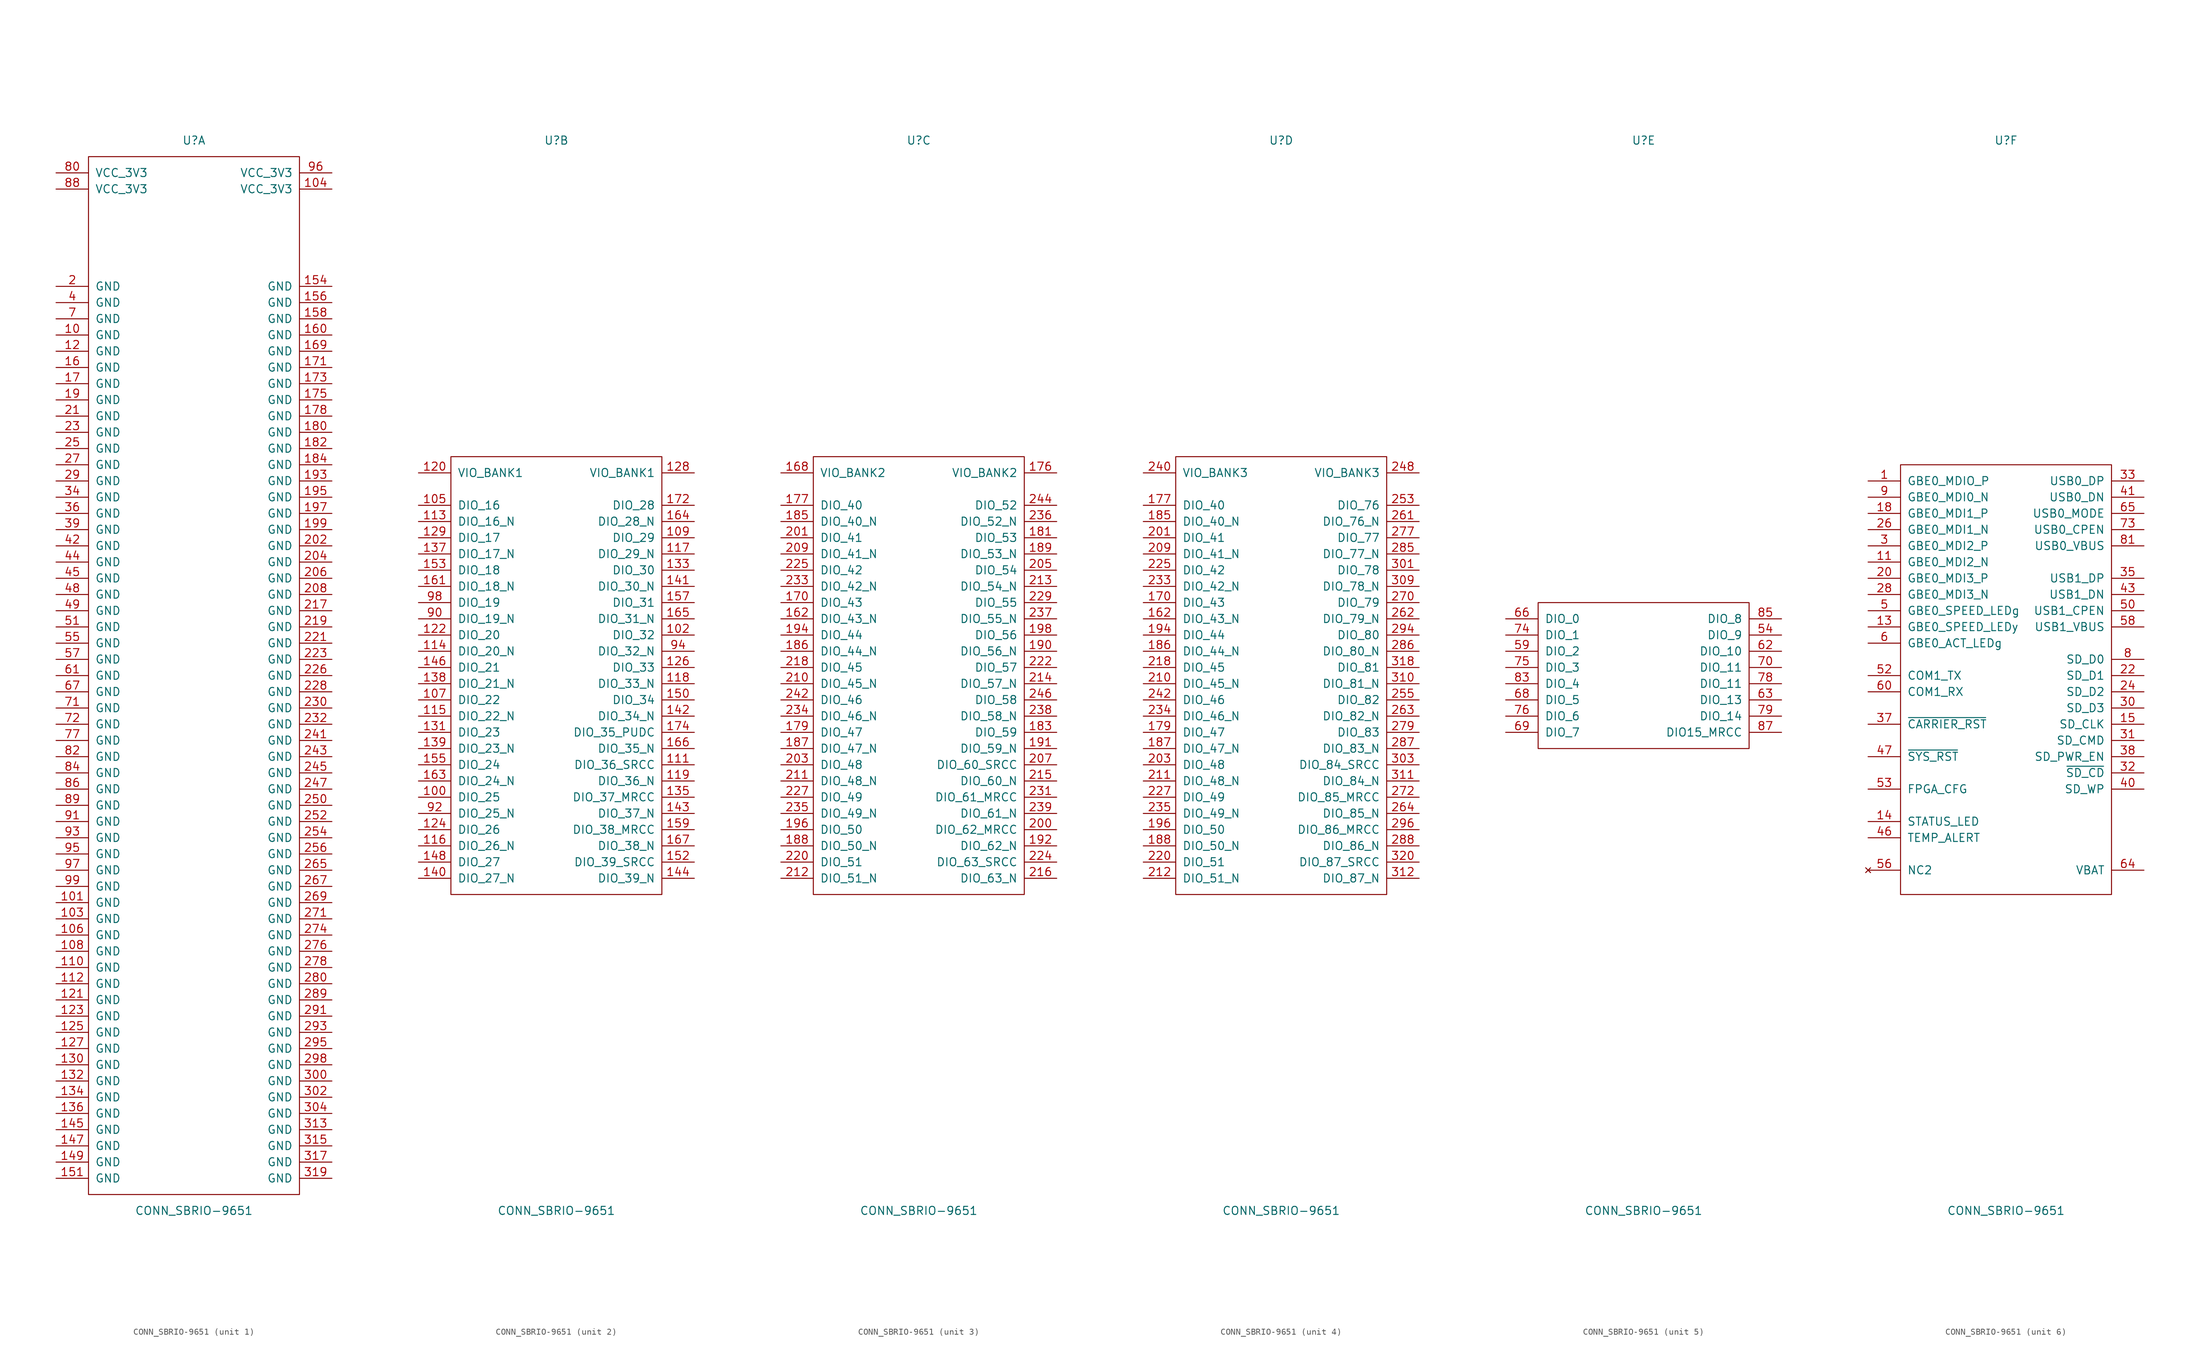
<source format=kicad_sym>
(kicad_symbol_lib
  (version 20201005)
  (generator kicad_symbol_editor)
  (symbol "CONN_SBRIO-9651"
    (pin_names
      (offset 1.016))
    (property "Reference" "U"
      (at 0 83.82 0)
      (effects (font (size 1.27 1.27))))
    (property "Value" "CONN_SBRIO-9651"
      (at 0 -83.82 0)
      (effects (font (size 1.27 1.27))))
    (property "ki_locked" ""
      (at 0 0 0)
      (effects (font (size 1.27 1.27))))
    (symbol "CONN_SBRIO-9651_1_1"
      (rectangle (start -16.51 81.28) (end 16.51 -81.28) (stroke (width 0)) (fill (type none)))
      (pin power_in line (at -21.59 53.34 0) (length 5.08) (name "GND" (effects (font (size 1.27 1.27)))) (number "10" (effects (font (size 1.27 1.27)))))
      (pin power_in line (at -21.59 -35.56 0) (length 5.08) (name "GND" (effects (font (size 1.27 1.27)))) (number "101" (effects (font (size 1.27 1.27)))))
      (pin power_in line (at -21.59 -38.1 0) (length 5.08) (name "GND" (effects (font (size 1.27 1.27)))) (number "103" (effects (font (size 1.27 1.27)))))
      (pin power_in line (at 21.59 76.2 180) (length 5.08) (name "VCC_3V3" (effects (font (size 1.27 1.27)))) (number "104" (effects (font (size 1.27 1.27)))))
      (pin power_in line (at -21.59 -40.64 0) (length 5.08) (name "GND" (effects (font (size 1.27 1.27)))) (number "106" (effects (font (size 1.27 1.27)))))
      (pin power_in line (at -21.59 -43.18 0) (length 5.08) (name "GND" (effects (font (size 1.27 1.27)))) (number "108" (effects (font (size 1.27 1.27)))))
      (pin power_in line (at -21.59 -45.72 0) (length 5.08) (name "GND" (effects (font (size 1.27 1.27)))) (number "110" (effects (font (size 1.27 1.27)))))
      (pin power_in line (at -21.59 -48.26 0) (length 5.08) (name "GND" (effects (font (size 1.27 1.27)))) (number "112" (effects (font (size 1.27 1.27)))))
      (pin power_in line (at -21.59 50.8 0) (length 5.08) (name "GND" (effects (font (size 1.27 1.27)))) (number "12" (effects (font (size 1.27 1.27)))))
      (pin power_in line (at -21.59 -50.8 0) (length 5.08) (name "GND" (effects (font (size 1.27 1.27)))) (number "121" (effects (font (size 1.27 1.27)))))
      (pin power_in line (at -21.59 -53.34 0) (length 5.08) (name "GND" (effects (font (size 1.27 1.27)))) (number "123" (effects (font (size 1.27 1.27)))))
      (pin power_in line (at -21.59 -55.88 0) (length 5.08) (name "GND" (effects (font (size 1.27 1.27)))) (number "125" (effects (font (size 1.27 1.27)))))
      (pin power_in line (at -21.59 -58.42 0) (length 5.08) (name "GND" (effects (font (size 1.27 1.27)))) (number "127" (effects (font (size 1.27 1.27)))))
      (pin power_in line (at -21.59 -60.96 0) (length 5.08) (name "GND" (effects (font (size 1.27 1.27)))) (number "130" (effects (font (size 1.27 1.27)))))
      (pin power_in line (at -21.59 -63.5 0) (length 5.08) (name "GND" (effects (font (size 1.27 1.27)))) (number "132" (effects (font (size 1.27 1.27)))))
      (pin power_in line (at -21.59 -66.04 0) (length 5.08) (name "GND" (effects (font (size 1.27 1.27)))) (number "134" (effects (font (size 1.27 1.27)))))
      (pin power_in line (at -21.59 -68.58 0) (length 5.08) (name "GND" (effects (font (size 1.27 1.27)))) (number "136" (effects (font (size 1.27 1.27)))))
      (pin power_in line (at -21.59 -71.12 0) (length 5.08) (name "GND" (effects (font (size 1.27 1.27)))) (number "145" (effects (font (size 1.27 1.27)))))
      (pin power_in line (at -21.59 -73.66 0) (length 5.08) (name "GND" (effects (font (size 1.27 1.27)))) (number "147" (effects (font (size 1.27 1.27)))))
      (pin power_in line (at -21.59 -76.2 0) (length 5.08) (name "GND" (effects (font (size 1.27 1.27)))) (number "149" (effects (font (size 1.27 1.27)))))
      (pin power_in line (at -21.59 -78.74 0) (length 5.08) (name "GND" (effects (font (size 1.27 1.27)))) (number "151" (effects (font (size 1.27 1.27)))))
      (pin power_in line (at 21.59 60.96 180) (length 5.08) (name "GND" (effects (font (size 1.27 1.27)))) (number "154" (effects (font (size 1.27 1.27)))))
      (pin power_in line (at 21.59 58.42 180) (length 5.08) (name "GND" (effects (font (size 1.27 1.27)))) (number "156" (effects (font (size 1.27 1.27)))))
      (pin power_in line (at 21.59 55.88 180) (length 5.08) (name "GND" (effects (font (size 1.27 1.27)))) (number "158" (effects (font (size 1.27 1.27)))))
      (pin power_in line (at -21.59 48.26 0) (length 5.08) (name "GND" (effects (font (size 1.27 1.27)))) (number "16" (effects (font (size 1.27 1.27)))))
      (pin power_in line (at 21.59 53.34 180) (length 5.08) (name "GND" (effects (font (size 1.27 1.27)))) (number "160" (effects (font (size 1.27 1.27)))))
      (pin power_in line (at 21.59 50.8 180) (length 5.08) (name "GND" (effects (font (size 1.27 1.27)))) (number "169" (effects (font (size 1.27 1.27)))))
      (pin power_in line (at -21.59 45.72 0) (length 5.08) (name "GND" (effects (font (size 1.27 1.27)))) (number "17" (effects (font (size 1.27 1.27)))))
      (pin power_in line (at 21.59 48.26 180) (length 5.08) (name "GND" (effects (font (size 1.27 1.27)))) (number "171" (effects (font (size 1.27 1.27)))))
      (pin power_in line (at 21.59 45.72 180) (length 5.08) (name "GND" (effects (font (size 1.27 1.27)))) (number "173" (effects (font (size 1.27 1.27)))))
      (pin power_in line (at 21.59 43.18 180) (length 5.08) (name "GND" (effects (font (size 1.27 1.27)))) (number "175" (effects (font (size 1.27 1.27)))))
      (pin power_in line (at 21.59 40.64 180) (length 5.08) (name "GND" (effects (font (size 1.27 1.27)))) (number "178" (effects (font (size 1.27 1.27)))))
      (pin power_in line (at 21.59 38.1 180) (length 5.08) (name "GND" (effects (font (size 1.27 1.27)))) (number "180" (effects (font (size 1.27 1.27)))))
      (pin power_in line (at 21.59 35.56 180) (length 5.08) (name "GND" (effects (font (size 1.27 1.27)))) (number "182" (effects (font (size 1.27 1.27)))))
      (pin power_in line (at 21.59 33.02 180) (length 5.08) (name "GND" (effects (font (size 1.27 1.27)))) (number "184" (effects (font (size 1.27 1.27)))))
      (pin power_in line (at -21.59 43.18 0) (length 5.08) (name "GND" (effects (font (size 1.27 1.27)))) (number "19" (effects (font (size 1.27 1.27)))))
      (pin power_in line (at 21.59 30.48 180) (length 5.08) (name "GND" (effects (font (size 1.27 1.27)))) (number "193" (effects (font (size 1.27 1.27)))))
      (pin power_in line (at 21.59 27.94 180) (length 5.08) (name "GND" (effects (font (size 1.27 1.27)))) (number "195" (effects (font (size 1.27 1.27)))))
      (pin power_in line (at 21.59 25.4 180) (length 5.08) (name "GND" (effects (font (size 1.27 1.27)))) (number "197" (effects (font (size 1.27 1.27)))))
      (pin power_in line (at 21.59 22.86 180) (length 5.08) (name "GND" (effects (font (size 1.27 1.27)))) (number "199" (effects (font (size 1.27 1.27)))))
      (pin power_in line (at -21.59 60.96 0) (length 5.08) (name "GND" (effects (font (size 1.27 1.27)))) (number "2" (effects (font (size 1.27 1.27)))))
      (pin power_in line (at 21.59 20.32 180) (length 5.08) (name "GND" (effects (font (size 1.27 1.27)))) (number "202" (effects (font (size 1.27 1.27)))))
      (pin power_in line (at 21.59 17.78 180) (length 5.08) (name "GND" (effects (font (size 1.27 1.27)))) (number "204" (effects (font (size 1.27 1.27)))))
      (pin power_in line (at 21.59 15.24 180) (length 5.08) (name "GND" (effects (font (size 1.27 1.27)))) (number "206" (effects (font (size 1.27 1.27)))))
      (pin power_in line (at 21.59 12.7 180) (length 5.08) (name "GND" (effects (font (size 1.27 1.27)))) (number "208" (effects (font (size 1.27 1.27)))))
      (pin power_in line (at -21.59 40.64 0) (length 5.08) (name "GND" (effects (font (size 1.27 1.27)))) (number "21" (effects (font (size 1.27 1.27)))))
      (pin power_in line (at 21.59 10.16 180) (length 5.08) (name "GND" (effects (font (size 1.27 1.27)))) (number "217" (effects (font (size 1.27 1.27)))))
      (pin power_in line (at 21.59 7.62 180) (length 5.08) (name "GND" (effects (font (size 1.27 1.27)))) (number "219" (effects (font (size 1.27 1.27)))))
      (pin power_in line (at 21.59 5.08 180) (length 5.08) (name "GND" (effects (font (size 1.27 1.27)))) (number "221" (effects (font (size 1.27 1.27)))))
      (pin power_in line (at 21.59 2.54 180) (length 5.08) (name "GND" (effects (font (size 1.27 1.27)))) (number "223" (effects (font (size 1.27 1.27)))))
      (pin power_in line (at 21.59 0 180) (length 5.08) (name "GND" (effects (font (size 1.27 1.27)))) (number "226" (effects (font (size 1.27 1.27)))))
      (pin power_in line (at 21.59 -2.54 180) (length 5.08) (name "GND" (effects (font (size 1.27 1.27)))) (number "228" (effects (font (size 1.27 1.27)))))
      (pin power_in line (at -21.59 38.1 0) (length 5.08) (name "GND" (effects (font (size 1.27 1.27)))) (number "23" (effects (font (size 1.27 1.27)))))
      (pin power_in line (at 21.59 -5.08 180) (length 5.08) (name "GND" (effects (font (size 1.27 1.27)))) (number "230" (effects (font (size 1.27 1.27)))))
      (pin power_in line (at 21.59 -7.62 180) (length 5.08) (name "GND" (effects (font (size 1.27 1.27)))) (number "232" (effects (font (size 1.27 1.27)))))
      (pin power_in line (at 21.59 -10.16 180) (length 5.08) (name "GND" (effects (font (size 1.27 1.27)))) (number "241" (effects (font (size 1.27 1.27)))))
      (pin power_in line (at 21.59 -12.7 180) (length 5.08) (name "GND" (effects (font (size 1.27 1.27)))) (number "243" (effects (font (size 1.27 1.27)))))
      (pin power_in line (at 21.59 -15.24 180) (length 5.08) (name "GND" (effects (font (size 1.27 1.27)))) (number "245" (effects (font (size 1.27 1.27)))))
      (pin power_in line (at 21.59 -17.78 180) (length 5.08) (name "GND" (effects (font (size 1.27 1.27)))) (number "247" (effects (font (size 1.27 1.27)))))
      (pin power_in line (at -21.59 35.56 0) (length 5.08) (name "GND" (effects (font (size 1.27 1.27)))) (number "25" (effects (font (size 1.27 1.27)))))
      (pin power_in line (at 21.59 -20.32 180) (length 5.08) (name "GND" (effects (font (size 1.27 1.27)))) (number "250" (effects (font (size 1.27 1.27)))))
      (pin power_in line (at 21.59 -22.86 180) (length 5.08) (name "GND" (effects (font (size 1.27 1.27)))) (number "252" (effects (font (size 1.27 1.27)))))
      (pin power_in line (at 21.59 -25.4 180) (length 5.08) (name "GND" (effects (font (size 1.27 1.27)))) (number "254" (effects (font (size 1.27 1.27)))))
      (pin power_in line (at 21.59 -27.94 180) (length 5.08) (name "GND" (effects (font (size 1.27 1.27)))) (number "256" (effects (font (size 1.27 1.27)))))
      (pin power_in line (at 21.59 -30.48 180) (length 5.08) (name "GND" (effects (font (size 1.27 1.27)))) (number "265" (effects (font (size 1.27 1.27)))))
      (pin power_in line (at 21.59 -33.02 180) (length 5.08) (name "GND" (effects (font (size 1.27 1.27)))) (number "267" (effects (font (size 1.27 1.27)))))
      (pin power_in line (at 21.59 -35.56 180) (length 5.08) (name "GND" (effects (font (size 1.27 1.27)))) (number "269" (effects (font (size 1.27 1.27)))))
      (pin power_in line (at -21.59 33.02 0) (length 5.08) (name "GND" (effects (font (size 1.27 1.27)))) (number "27" (effects (font (size 1.27 1.27)))))
      (pin power_in line (at 21.59 -38.1 180) (length 5.08) (name "GND" (effects (font (size 1.27 1.27)))) (number "271" (effects (font (size 1.27 1.27)))))
      (pin power_in line (at 21.59 -40.64 180) (length 5.08) (name "GND" (effects (font (size 1.27 1.27)))) (number "274" (effects (font (size 1.27 1.27)))))
      (pin power_in line (at 21.59 -43.18 180) (length 5.08) (name "GND" (effects (font (size 1.27 1.27)))) (number "276" (effects (font (size 1.27 1.27)))))
      (pin power_in line (at 21.59 -45.72 180) (length 5.08) (name "GND" (effects (font (size 1.27 1.27)))) (number "278" (effects (font (size 1.27 1.27)))))
      (pin power_in line (at 21.59 -48.26 180) (length 5.08) (name "GND" (effects (font (size 1.27 1.27)))) (number "280" (effects (font (size 1.27 1.27)))))
      (pin power_in line (at 21.59 -50.8 180) (length 5.08) (name "GND" (effects (font (size 1.27 1.27)))) (number "289" (effects (font (size 1.27 1.27)))))
      (pin power_in line (at -21.59 30.48 0) (length 5.08) (name "GND" (effects (font (size 1.27 1.27)))) (number "29" (effects (font (size 1.27 1.27)))))
      (pin power_in line (at 21.59 -53.34 180) (length 5.08) (name "GND" (effects (font (size 1.27 1.27)))) (number "291" (effects (font (size 1.27 1.27)))))
      (pin power_in line (at 21.59 -55.88 180) (length 5.08) (name "GND" (effects (font (size 1.27 1.27)))) (number "293" (effects (font (size 1.27 1.27)))))
      (pin power_in line (at 21.59 -58.42 180) (length 5.08) (name "GND" (effects (font (size 1.27 1.27)))) (number "295" (effects (font (size 1.27 1.27)))))
      (pin power_in line (at 21.59 -60.96 180) (length 5.08) (name "GND" (effects (font (size 1.27 1.27)))) (number "298" (effects (font (size 1.27 1.27)))))
      (pin power_in line (at 21.59 -63.5 180) (length 5.08) (name "GND" (effects (font (size 1.27 1.27)))) (number "300" (effects (font (size 1.27 1.27)))))
      (pin power_in line (at 21.59 -66.04 180) (length 5.08) (name "GND" (effects (font (size 1.27 1.27)))) (number "302" (effects (font (size 1.27 1.27)))))
      (pin power_in line (at 21.59 -68.58 180) (length 5.08) (name "GND" (effects (font (size 1.27 1.27)))) (number "304" (effects (font (size 1.27 1.27)))))
      (pin power_in line (at 21.59 -71.12 180) (length 5.08) (name "GND" (effects (font (size 1.27 1.27)))) (number "313" (effects (font (size 1.27 1.27)))))
      (pin power_in line (at 21.59 -73.66 180) (length 5.08) (name "GND" (effects (font (size 1.27 1.27)))) (number "315" (effects (font (size 1.27 1.27)))))
      (pin power_in line (at 21.59 -76.2 180) (length 5.08) (name "GND" (effects (font (size 1.27 1.27)))) (number "317" (effects (font (size 1.27 1.27)))))
      (pin power_in line (at 21.59 -78.74 180) (length 5.08) (name "GND" (effects (font (size 1.27 1.27)))) (number "319" (effects (font (size 1.27 1.27)))))
      (pin power_in line (at -21.59 27.94 0) (length 5.08) (name "GND" (effects (font (size 1.27 1.27)))) (number "34" (effects (font (size 1.27 1.27)))))
      (pin power_in line (at -21.59 25.4 0) (length 5.08) (name "GND" (effects (font (size 1.27 1.27)))) (number "36" (effects (font (size 1.27 1.27)))))
      (pin power_in line (at -21.59 22.86 0) (length 5.08) (name "GND" (effects (font (size 1.27 1.27)))) (number "39" (effects (font (size 1.27 1.27)))))
      (pin power_in line (at -21.59 58.42 0) (length 5.08) (name "GND" (effects (font (size 1.27 1.27)))) (number "4" (effects (font (size 1.27 1.27)))))
      (pin power_in line (at -21.59 20.32 0) (length 5.08) (name "GND" (effects (font (size 1.27 1.27)))) (number "42" (effects (font (size 1.27 1.27)))))
      (pin power_in line (at -21.59 17.78 0) (length 5.08) (name "GND" (effects (font (size 1.27 1.27)))) (number "44" (effects (font (size 1.27 1.27)))))
      (pin power_in line (at -21.59 15.24 0) (length 5.08) (name "GND" (effects (font (size 1.27 1.27)))) (number "45" (effects (font (size 1.27 1.27)))))
      (pin power_in line (at -21.59 12.7 0) (length 5.08) (name "GND" (effects (font (size 1.27 1.27)))) (number "48" (effects (font (size 1.27 1.27)))))
      (pin power_in line (at -21.59 10.16 0) (length 5.08) (name "GND" (effects (font (size 1.27 1.27)))) (number "49" (effects (font (size 1.27 1.27)))))
      (pin power_in line (at -21.59 7.62 0) (length 5.08) (name "GND" (effects (font (size 1.27 1.27)))) (number "51" (effects (font (size 1.27 1.27)))))
      (pin power_in line (at -21.59 5.08 0) (length 5.08) (name "GND" (effects (font (size 1.27 1.27)))) (number "55" (effects (font (size 1.27 1.27)))))
      (pin power_in line (at -21.59 2.54 0) (length 5.08) (name "GND" (effects (font (size 1.27 1.27)))) (number "57" (effects (font (size 1.27 1.27)))))
      (pin power_in line (at -21.59 0 0) (length 5.08) (name "GND" (effects (font (size 1.27 1.27)))) (number "61" (effects (font (size 1.27 1.27)))))
      (pin power_in line (at -21.59 -2.54 0) (length 5.08) (name "GND" (effects (font (size 1.27 1.27)))) (number "67" (effects (font (size 1.27 1.27)))))
      (pin power_in line (at -21.59 55.88 0) (length 5.08) (name "GND" (effects (font (size 1.27 1.27)))) (number "7" (effects (font (size 1.27 1.27)))))
      (pin power_in line (at -21.59 -5.08 0) (length 5.08) (name "GND" (effects (font (size 1.27 1.27)))) (number "71" (effects (font (size 1.27 1.27)))))
      (pin power_in line (at -21.59 -7.62 0) (length 5.08) (name "GND" (effects (font (size 1.27 1.27)))) (number "72" (effects (font (size 1.27 1.27)))))
      (pin power_in line (at -21.59 -10.16 0) (length 5.08) (name "GND" (effects (font (size 1.27 1.27)))) (number "77" (effects (font (size 1.27 1.27)))))
      (pin power_in line (at -21.59 78.74 0) (length 5.08) (name "VCC_3V3" (effects (font (size 1.27 1.27)))) (number "80" (effects (font (size 1.27 1.27)))))
      (pin power_in line (at -21.59 -12.7 0) (length 5.08) (name "GND" (effects (font (size 1.27 1.27)))) (number "82" (effects (font (size 1.27 1.27)))))
      (pin power_in line (at -21.59 -15.24 0) (length 5.08) (name "GND" (effects (font (size 1.27 1.27)))) (number "84" (effects (font (size 1.27 1.27)))))
      (pin power_in line (at -21.59 -17.78 0) (length 5.08) (name "GND" (effects (font (size 1.27 1.27)))) (number "86" (effects (font (size 1.27 1.27)))))
      (pin power_in line (at -21.59 76.2 0) (length 5.08) (name "VCC_3V3" (effects (font (size 1.27 1.27)))) (number "88" (effects (font (size 1.27 1.27)))))
      (pin power_in line (at -21.59 -20.32 0) (length 5.08) (name "GND" (effects (font (size 1.27 1.27)))) (number "89" (effects (font (size 1.27 1.27)))))
      (pin power_in line (at -21.59 -22.86 0) (length 5.08) (name "GND" (effects (font (size 1.27 1.27)))) (number "91" (effects (font (size 1.27 1.27)))))
      (pin power_in line (at -21.59 -25.4 0) (length 5.08) (name "GND" (effects (font (size 1.27 1.27)))) (number "93" (effects (font (size 1.27 1.27)))))
      (pin power_in line (at -21.59 -27.94 0) (length 5.08) (name "GND" (effects (font (size 1.27 1.27)))) (number "95" (effects (font (size 1.27 1.27)))))
      (pin power_in line (at 21.59 78.74 180) (length 5.08) (name "VCC_3V3" (effects (font (size 1.27 1.27)))) (number "96" (effects (font (size 1.27 1.27)))))
      (pin power_in line (at -21.59 -30.48 0) (length 5.08) (name "GND" (effects (font (size 1.27 1.27)))) (number "97" (effects (font (size 1.27 1.27)))))
      (pin power_in line (at -21.59 -33.02 0) (length 5.08) (name "GND" (effects (font (size 1.27 1.27)))) (number "99" (effects (font (size 1.27 1.27))))))
    (symbol "CONN_SBRIO-9651_2_1"
      (rectangle (start -16.51 34.29) (end 16.51 -34.29) (stroke (width 0)) (fill (type none)))
      (pin bidirectional line (at -21.59 -19.05 0) (length 5.08) (name "DIO_25" (effects (font (size 1.27 1.27)))) (number "100" (effects (font (size 1.27 1.27)))))
      (pin bidirectional line (at 21.59 6.35 180) (length 5.08) (name "DIO_32" (effects (font (size 1.27 1.27)))) (number "102" (effects (font (size 1.27 1.27)))))
      (pin bidirectional line (at -21.59 26.67 0) (length 5.08) (name "DIO_16" (effects (font (size 1.27 1.27)))) (number "105" (effects (font (size 1.27 1.27)))))
      (pin bidirectional line (at -21.59 -3.81 0) (length 5.08) (name "DIO_22" (effects (font (size 1.27 1.27)))) (number "107" (effects (font (size 1.27 1.27)))))
      (pin bidirectional line (at 21.59 21.59 180) (length 5.08) (name "DIO_29" (effects (font (size 1.27 1.27)))) (number "109" (effects (font (size 1.27 1.27)))))
      (pin bidirectional line (at 21.59 -13.97 180) (length 5.08) (name "DIO_36_SRCC" (effects (font (size 1.27 1.27)))) (number "111" (effects (font (size 1.27 1.27)))))
      (pin bidirectional line (at -21.59 24.13 0) (length 5.08) (name "DIO_16_N" (effects (font (size 1.27 1.27)))) (number "113" (effects (font (size 1.27 1.27)))))
      (pin bidirectional line (at -21.59 3.81 0) (length 5.08) (name "DIO_20_N" (effects (font (size 1.27 1.27)))) (number "114" (effects (font (size 1.27 1.27)))))
      (pin bidirectional line (at -21.59 -6.35 0) (length 5.08) (name "DIO_22_N" (effects (font (size 1.27 1.27)))) (number "115" (effects (font (size 1.27 1.27)))))
      (pin bidirectional line (at -21.59 -26.67 0) (length 5.08) (name "DIO_26_N" (effects (font (size 1.27 1.27)))) (number "116" (effects (font (size 1.27 1.27)))))
      (pin bidirectional line (at 21.59 19.05 180) (length 5.08) (name "DIO_29_N" (effects (font (size 1.27 1.27)))) (number "117" (effects (font (size 1.27 1.27)))))
      (pin bidirectional line (at 21.59 -1.27 180) (length 5.08) (name "DIO_33_N" (effects (font (size 1.27 1.27)))) (number "118" (effects (font (size 1.27 1.27)))))
      (pin bidirectional line (at 21.59 -16.51 180) (length 5.08) (name "DIO_36_N" (effects (font (size 1.27 1.27)))) (number "119" (effects (font (size 1.27 1.27)))))
      (pin power_in line (at -21.59 31.75 0) (length 5.08) (name "VIO_BANK1" (effects (font (size 1.27 1.27)))) (number "120" (effects (font (size 1.27 1.27)))))
      (pin bidirectional line (at -21.59 6.35 0) (length 5.08) (name "DIO_20" (effects (font (size 1.27 1.27)))) (number "122" (effects (font (size 1.27 1.27)))))
      (pin bidirectional line (at -21.59 -24.13 0) (length 5.08) (name "DIO_26" (effects (font (size 1.27 1.27)))) (number "124" (effects (font (size 1.27 1.27)))))
      (pin bidirectional line (at 21.59 1.27 180) (length 5.08) (name "DIO_33" (effects (font (size 1.27 1.27)))) (number "126" (effects (font (size 1.27 1.27)))))
      (pin power_in line (at 21.59 31.75 180) (length 5.08) (name "VIO_BANK1" (effects (font (size 1.27 1.27)))) (number "128" (effects (font (size 1.27 1.27)))))
      (pin bidirectional line (at -21.59 21.59 0) (length 5.08) (name "DIO_17" (effects (font (size 1.27 1.27)))) (number "129" (effects (font (size 1.27 1.27)))))
      (pin bidirectional line (at -21.59 -8.89 0) (length 5.08) (name "DIO_23" (effects (font (size 1.27 1.27)))) (number "131" (effects (font (size 1.27 1.27)))))
      (pin bidirectional line (at 21.59 16.51 180) (length 5.08) (name "DIO_30" (effects (font (size 1.27 1.27)))) (number "133" (effects (font (size 1.27 1.27)))))
      (pin bidirectional line (at 21.59 -19.05 180) (length 5.08) (name "DIO_37_MRCC" (effects (font (size 1.27 1.27)))) (number "135" (effects (font (size 1.27 1.27)))))
      (pin bidirectional line (at -21.59 19.05 0) (length 5.08) (name "DIO_17_N" (effects (font (size 1.27 1.27)))) (number "137" (effects (font (size 1.27 1.27)))))
      (pin bidirectional line (at -21.59 -1.27 0) (length 5.08) (name "DIO_21_N" (effects (font (size 1.27 1.27)))) (number "138" (effects (font (size 1.27 1.27)))))
      (pin bidirectional line (at -21.59 -11.43 0) (length 5.08) (name "DIO_23_N" (effects (font (size 1.27 1.27)))) (number "139" (effects (font (size 1.27 1.27)))))
      (pin bidirectional line (at -21.59 -31.75 0) (length 5.08) (name "DIO_27_N" (effects (font (size 1.27 1.27)))) (number "140" (effects (font (size 1.27 1.27)))))
      (pin bidirectional line (at 21.59 13.97 180) (length 5.08) (name "DIO_30_N" (effects (font (size 1.27 1.27)))) (number "141" (effects (font (size 1.27 1.27)))))
      (pin bidirectional line (at 21.59 -6.35 180) (length 5.08) (name "DIO_34_N" (effects (font (size 1.27 1.27)))) (number "142" (effects (font (size 1.27 1.27)))))
      (pin bidirectional line (at 21.59 -21.59 180) (length 5.08) (name "DIO_37_N" (effects (font (size 1.27 1.27)))) (number "143" (effects (font (size 1.27 1.27)))))
      (pin bidirectional line (at 21.59 -31.75 180) (length 5.08) (name "DIO_39_N" (effects (font (size 1.27 1.27)))) (number "144" (effects (font (size 1.27 1.27)))))
      (pin bidirectional line (at -21.59 1.27 0) (length 5.08) (name "DIO_21" (effects (font (size 1.27 1.27)))) (number "146" (effects (font (size 1.27 1.27)))))
      (pin bidirectional line (at -21.59 -29.21 0) (length 5.08) (name "DIO_27" (effects (font (size 1.27 1.27)))) (number "148" (effects (font (size 1.27 1.27)))))
      (pin bidirectional line (at 21.59 -3.81 180) (length 5.08) (name "DIO_34" (effects (font (size 1.27 1.27)))) (number "150" (effects (font (size 1.27 1.27)))))
      (pin bidirectional line (at 21.59 -29.21 180) (length 5.08) (name "DIO_39_SRCC" (effects (font (size 1.27 1.27)))) (number "152" (effects (font (size 1.27 1.27)))))
      (pin bidirectional line (at -21.59 16.51 0) (length 5.08) (name "DIO_18" (effects (font (size 1.27 1.27)))) (number "153" (effects (font (size 1.27 1.27)))))
      (pin bidirectional line (at -21.59 -13.97 0) (length 5.08) (name "DIO_24" (effects (font (size 1.27 1.27)))) (number "155" (effects (font (size 1.27 1.27)))))
      (pin bidirectional line (at 21.59 11.43 180) (length 5.08) (name "DIO_31" (effects (font (size 1.27 1.27)))) (number "157" (effects (font (size 1.27 1.27)))))
      (pin bidirectional line (at 21.59 -24.13 180) (length 5.08) (name "DIO_38_MRCC" (effects (font (size 1.27 1.27)))) (number "159" (effects (font (size 1.27 1.27)))))
      (pin bidirectional line (at -21.59 13.97 0) (length 5.08) (name "DIO_18_N" (effects (font (size 1.27 1.27)))) (number "161" (effects (font (size 1.27 1.27)))))
      (pin bidirectional line (at -21.59 -16.51 0) (length 5.08) (name "DIO_24_N" (effects (font (size 1.27 1.27)))) (number "163" (effects (font (size 1.27 1.27)))))
      (pin bidirectional line (at 21.59 24.13 180) (length 5.08) (name "DIO_28_N" (effects (font (size 1.27 1.27)))) (number "164" (effects (font (size 1.27 1.27)))))
      (pin bidirectional line (at 21.59 8.89 180) (length 5.08) (name "DIO_31_N" (effects (font (size 1.27 1.27)))) (number "165" (effects (font (size 1.27 1.27)))))
      (pin bidirectional line (at 21.59 -11.43 180) (length 5.08) (name "DIO_35_N" (effects (font (size 1.27 1.27)))) (number "166" (effects (font (size 1.27 1.27)))))
      (pin bidirectional line (at 21.59 -26.67 180) (length 5.08) (name "DIO_38_N" (effects (font (size 1.27 1.27)))) (number "167" (effects (font (size 1.27 1.27)))))
      (pin bidirectional line (at 21.59 26.67 180) (length 5.08) (name "DIO_28" (effects (font (size 1.27 1.27)))) (number "172" (effects (font (size 1.27 1.27)))))
      (pin bidirectional line (at 21.59 -8.89 180) (length 5.08) (name "DIO_35_PUDC" (effects (font (size 1.27 1.27)))) (number "174" (effects (font (size 1.27 1.27)))))
      (pin bidirectional line (at -21.59 8.89 0) (length 5.08) (name "DIO_19_N" (effects (font (size 1.27 1.27)))) (number "90" (effects (font (size 1.27 1.27)))))
      (pin bidirectional line (at -21.59 -21.59 0) (length 5.08) (name "DIO_25_N" (effects (font (size 1.27 1.27)))) (number "92" (effects (font (size 1.27 1.27)))))
      (pin bidirectional line (at 21.59 3.81 180) (length 5.08) (name "DIO_32_N" (effects (font (size 1.27 1.27)))) (number "94" (effects (font (size 1.27 1.27)))))
      (pin bidirectional line (at -21.59 11.43 0) (length 5.08) (name "DIO_19" (effects (font (size 1.27 1.27)))) (number "98" (effects (font (size 1.27 1.27))))))
    (symbol "CONN_SBRIO-9651_3_1"
      (rectangle (start -16.51 34.29) (end 16.51 -34.29) (stroke (width 0)) (fill (type none)))
      (pin bidirectional line (at -21.59 8.89 0) (length 5.08) (name "DIO_43_N" (effects (font (size 1.27 1.27)))) (number "162" (effects (font (size 1.27 1.27)))))
      (pin power_in line (at -21.59 31.75 0) (length 5.08) (name "VIO_BANK2" (effects (font (size 1.27 1.27)))) (number "168" (effects (font (size 1.27 1.27)))))
      (pin bidirectional line (at -21.59 11.43 0) (length 5.08) (name "DIO_43" (effects (font (size 1.27 1.27)))) (number "170" (effects (font (size 1.27 1.27)))))
      (pin power_in line (at 21.59 31.75 180) (length 5.08) (name "VIO_BANK2" (effects (font (size 1.27 1.27)))) (number "176" (effects (font (size 1.27 1.27)))))
      (pin bidirectional line (at -21.59 26.67 0) (length 5.08) (name "DIO_40" (effects (font (size 1.27 1.27)))) (number "177" (effects (font (size 1.27 1.27)))))
      (pin bidirectional line (at -21.59 -8.89 0) (length 5.08) (name "DIO_47" (effects (font (size 1.27 1.27)))) (number "179" (effects (font (size 1.27 1.27)))))
      (pin bidirectional line (at 21.59 21.59 180) (length 5.08) (name "DIO_53" (effects (font (size 1.27 1.27)))) (number "181" (effects (font (size 1.27 1.27)))))
      (pin bidirectional line (at 21.59 -8.89 180) (length 5.08) (name "DIO_59" (effects (font (size 1.27 1.27)))) (number "183" (effects (font (size 1.27 1.27)))))
      (pin bidirectional line (at -21.59 24.13 0) (length 5.08) (name "DIO_40_N" (effects (font (size 1.27 1.27)))) (number "185" (effects (font (size 1.27 1.27)))))
      (pin bidirectional line (at -21.59 3.81 0) (length 5.08) (name "DIO_44_N" (effects (font (size 1.27 1.27)))) (number "186" (effects (font (size 1.27 1.27)))))
      (pin bidirectional line (at -21.59 -11.43 0) (length 5.08) (name "DIO_47_N" (effects (font (size 1.27 1.27)))) (number "187" (effects (font (size 1.27 1.27)))))
      (pin bidirectional line (at -21.59 -26.67 0) (length 5.08) (name "DIO_50_N" (effects (font (size 1.27 1.27)))) (number "188" (effects (font (size 1.27 1.27)))))
      (pin bidirectional line (at 21.59 19.05 180) (length 5.08) (name "DIO_53_N" (effects (font (size 1.27 1.27)))) (number "189" (effects (font (size 1.27 1.27)))))
      (pin bidirectional line (at 21.59 3.81 180) (length 5.08) (name "DIO_56_N" (effects (font (size 1.27 1.27)))) (number "190" (effects (font (size 1.27 1.27)))))
      (pin bidirectional line (at 21.59 -11.43 180) (length 5.08) (name "DIO_59_N" (effects (font (size 1.27 1.27)))) (number "191" (effects (font (size 1.27 1.27)))))
      (pin bidirectional line (at 21.59 -26.67 180) (length 5.08) (name "DIO_62_N" (effects (font (size 1.27 1.27)))) (number "192" (effects (font (size 1.27 1.27)))))
      (pin bidirectional line (at -21.59 6.35 0) (length 5.08) (name "DIO_44" (effects (font (size 1.27 1.27)))) (number "194" (effects (font (size 1.27 1.27)))))
      (pin bidirectional line (at -21.59 -24.13 0) (length 5.08) (name "DIO_50" (effects (font (size 1.27 1.27)))) (number "196" (effects (font (size 1.27 1.27)))))
      (pin bidirectional line (at 21.59 6.35 180) (length 5.08) (name "DIO_56" (effects (font (size 1.27 1.27)))) (number "198" (effects (font (size 1.27 1.27)))))
      (pin bidirectional line (at 21.59 -24.13 180) (length 5.08) (name "DIO_62_MRCC" (effects (font (size 1.27 1.27)))) (number "200" (effects (font (size 1.27 1.27)))))
      (pin bidirectional line (at -21.59 21.59 0) (length 5.08) (name "DIO_41" (effects (font (size 1.27 1.27)))) (number "201" (effects (font (size 1.27 1.27)))))
      (pin bidirectional line (at -21.59 -13.97 0) (length 5.08) (name "DIO_48" (effects (font (size 1.27 1.27)))) (number "203" (effects (font (size 1.27 1.27)))))
      (pin bidirectional line (at 21.59 16.51 180) (length 5.08) (name "DIO_54" (effects (font (size 1.27 1.27)))) (number "205" (effects (font (size 1.27 1.27)))))
      (pin bidirectional line (at 21.59 -13.97 180) (length 5.08) (name "DIO_60_SRCC" (effects (font (size 1.27 1.27)))) (number "207" (effects (font (size 1.27 1.27)))))
      (pin bidirectional line (at -21.59 19.05 0) (length 5.08) (name "DIO_41_N" (effects (font (size 1.27 1.27)))) (number "209" (effects (font (size 1.27 1.27)))))
      (pin bidirectional line (at -21.59 -1.27 0) (length 5.08) (name "DIO_45_N" (effects (font (size 1.27 1.27)))) (number "210" (effects (font (size 1.27 1.27)))))
      (pin bidirectional line (at -21.59 -16.51 0) (length 5.08) (name "DIO_48_N" (effects (font (size 1.27 1.27)))) (number "211" (effects (font (size 1.27 1.27)))))
      (pin bidirectional line (at -21.59 -31.75 0) (length 5.08) (name "DIO_51_N" (effects (font (size 1.27 1.27)))) (number "212" (effects (font (size 1.27 1.27)))))
      (pin bidirectional line (at 21.59 13.97 180) (length 5.08) (name "DIO_54_N" (effects (font (size 1.27 1.27)))) (number "213" (effects (font (size 1.27 1.27)))))
      (pin bidirectional line (at 21.59 -1.27 180) (length 5.08) (name "DIO_57_N" (effects (font (size 1.27 1.27)))) (number "214" (effects (font (size 1.27 1.27)))))
      (pin bidirectional line (at 21.59 -16.51 180) (length 5.08) (name "DIO_60_N" (effects (font (size 1.27 1.27)))) (number "215" (effects (font (size 1.27 1.27)))))
      (pin bidirectional line (at 21.59 -31.75 180) (length 5.08) (name "DIO_63_N" (effects (font (size 1.27 1.27)))) (number "216" (effects (font (size 1.27 1.27)))))
      (pin bidirectional line (at -21.59 1.27 0) (length 5.08) (name "DIO_45" (effects (font (size 1.27 1.27)))) (number "218" (effects (font (size 1.27 1.27)))))
      (pin bidirectional line (at -21.59 -29.21 0) (length 5.08) (name "DIO_51" (effects (font (size 1.27 1.27)))) (number "220" (effects (font (size 1.27 1.27)))))
      (pin bidirectional line (at 21.59 1.27 180) (length 5.08) (name "DIO_57" (effects (font (size 1.27 1.27)))) (number "222" (effects (font (size 1.27 1.27)))))
      (pin bidirectional line (at 21.59 -29.21 180) (length 5.08) (name "DIO_63_SRCC" (effects (font (size 1.27 1.27)))) (number "224" (effects (font (size 1.27 1.27)))))
      (pin bidirectional line (at -21.59 16.51 0) (length 5.08) (name "DIO_42" (effects (font (size 1.27 1.27)))) (number "225" (effects (font (size 1.27 1.27)))))
      (pin bidirectional line (at -21.59 -19.05 0) (length 5.08) (name "DIO_49" (effects (font (size 1.27 1.27)))) (number "227" (effects (font (size 1.27 1.27)))))
      (pin bidirectional line (at 21.59 11.43 180) (length 5.08) (name "DIO_55" (effects (font (size 1.27 1.27)))) (number "229" (effects (font (size 1.27 1.27)))))
      (pin bidirectional line (at 21.59 -19.05 180) (length 5.08) (name "DIO_61_MRCC" (effects (font (size 1.27 1.27)))) (number "231" (effects (font (size 1.27 1.27)))))
      (pin bidirectional line (at -21.59 13.97 0) (length 5.08) (name "DIO_42_N" (effects (font (size 1.27 1.27)))) (number "233" (effects (font (size 1.27 1.27)))))
      (pin bidirectional line (at -21.59 -6.35 0) (length 5.08) (name "DIO_46_N" (effects (font (size 1.27 1.27)))) (number "234" (effects (font (size 1.27 1.27)))))
      (pin bidirectional line (at -21.59 -21.59 0) (length 5.08) (name "DIO_49_N" (effects (font (size 1.27 1.27)))) (number "235" (effects (font (size 1.27 1.27)))))
      (pin bidirectional line (at 21.59 24.13 180) (length 5.08) (name "DIO_52_N" (effects (font (size 1.27 1.27)))) (number "236" (effects (font (size 1.27 1.27)))))
      (pin bidirectional line (at 21.59 8.89 180) (length 5.08) (name "DIO_55_N" (effects (font (size 1.27 1.27)))) (number "237" (effects (font (size 1.27 1.27)))))
      (pin bidirectional line (at 21.59 -6.35 180) (length 5.08) (name "DIO_58_N" (effects (font (size 1.27 1.27)))) (number "238" (effects (font (size 1.27 1.27)))))
      (pin bidirectional line (at 21.59 -21.59 180) (length 5.08) (name "DIO_61_N" (effects (font (size 1.27 1.27)))) (number "239" (effects (font (size 1.27 1.27)))))
      (pin bidirectional line (at -21.59 -3.81 0) (length 5.08) (name "DIO_46" (effects (font (size 1.27 1.27)))) (number "242" (effects (font (size 1.27 1.27)))))
      (pin bidirectional line (at 21.59 26.67 180) (length 5.08) (name "DIO_52" (effects (font (size 1.27 1.27)))) (number "244" (effects (font (size 1.27 1.27)))))
      (pin bidirectional line (at 21.59 -3.81 180) (length 5.08) (name "DIO_58" (effects (font (size 1.27 1.27)))) (number "246" (effects (font (size 1.27 1.27))))))
    (symbol "CONN_SBRIO-9651_4_1"
      (rectangle (start -16.51 34.29) (end 16.51 -34.29) (stroke (width 0)) (fill (type none)))
      (pin bidirectional line (at -21.59 8.89 0) (length 5.08) (name "DIO_43_N" (effects (font (size 1.27 1.27)))) (number "162" (effects (font (size 1.27 1.27)))))
      (pin bidirectional line (at -21.59 11.43 0) (length 5.08) (name "DIO_43" (effects (font (size 1.27 1.27)))) (number "170" (effects (font (size 1.27 1.27)))))
      (pin bidirectional line (at -21.59 26.67 0) (length 5.08) (name "DIO_40" (effects (font (size 1.27 1.27)))) (number "177" (effects (font (size 1.27 1.27)))))
      (pin bidirectional line (at -21.59 -8.89 0) (length 5.08) (name "DIO_47" (effects (font (size 1.27 1.27)))) (number "179" (effects (font (size 1.27 1.27)))))
      (pin bidirectional line (at -21.59 24.13 0) (length 5.08) (name "DIO_40_N" (effects (font (size 1.27 1.27)))) (number "185" (effects (font (size 1.27 1.27)))))
      (pin bidirectional line (at -21.59 3.81 0) (length 5.08) (name "DIO_44_N" (effects (font (size 1.27 1.27)))) (number "186" (effects (font (size 1.27 1.27)))))
      (pin bidirectional line (at -21.59 -11.43 0) (length 5.08) (name "DIO_47_N" (effects (font (size 1.27 1.27)))) (number "187" (effects (font (size 1.27 1.27)))))
      (pin bidirectional line (at -21.59 -26.67 0) (length 5.08) (name "DIO_50_N" (effects (font (size 1.27 1.27)))) (number "188" (effects (font (size 1.27 1.27)))))
      (pin bidirectional line (at -21.59 6.35 0) (length 5.08) (name "DIO_44" (effects (font (size 1.27 1.27)))) (number "194" (effects (font (size 1.27 1.27)))))
      (pin bidirectional line (at -21.59 -24.13 0) (length 5.08) (name "DIO_50" (effects (font (size 1.27 1.27)))) (number "196" (effects (font (size 1.27 1.27)))))
      (pin bidirectional line (at -21.59 21.59 0) (length 5.08) (name "DIO_41" (effects (font (size 1.27 1.27)))) (number "201" (effects (font (size 1.27 1.27)))))
      (pin bidirectional line (at -21.59 -13.97 0) (length 5.08) (name "DIO_48" (effects (font (size 1.27 1.27)))) (number "203" (effects (font (size 1.27 1.27)))))
      (pin bidirectional line (at -21.59 19.05 0) (length 5.08) (name "DIO_41_N" (effects (font (size 1.27 1.27)))) (number "209" (effects (font (size 1.27 1.27)))))
      (pin bidirectional line (at -21.59 -1.27 0) (length 5.08) (name "DIO_45_N" (effects (font (size 1.27 1.27)))) (number "210" (effects (font (size 1.27 1.27)))))
      (pin bidirectional line (at -21.59 -16.51 0) (length 5.08) (name "DIO_48_N" (effects (font (size 1.27 1.27)))) (number "211" (effects (font (size 1.27 1.27)))))
      (pin bidirectional line (at -21.59 -31.75 0) (length 5.08) (name "DIO_51_N" (effects (font (size 1.27 1.27)))) (number "212" (effects (font (size 1.27 1.27)))))
      (pin bidirectional line (at -21.59 1.27 0) (length 5.08) (name "DIO_45" (effects (font (size 1.27 1.27)))) (number "218" (effects (font (size 1.27 1.27)))))
      (pin bidirectional line (at -21.59 -29.21 0) (length 5.08) (name "DIO_51" (effects (font (size 1.27 1.27)))) (number "220" (effects (font (size 1.27 1.27)))))
      (pin bidirectional line (at -21.59 16.51 0) (length 5.08) (name "DIO_42" (effects (font (size 1.27 1.27)))) (number "225" (effects (font (size 1.27 1.27)))))
      (pin bidirectional line (at -21.59 -19.05 0) (length 5.08) (name "DIO_49" (effects (font (size 1.27 1.27)))) (number "227" (effects (font (size 1.27 1.27)))))
      (pin bidirectional line (at -21.59 13.97 0) (length 5.08) (name "DIO_42_N" (effects (font (size 1.27 1.27)))) (number "233" (effects (font (size 1.27 1.27)))))
      (pin bidirectional line (at -21.59 -6.35 0) (length 5.08) (name "DIO_46_N" (effects (font (size 1.27 1.27)))) (number "234" (effects (font (size 1.27 1.27)))))
      (pin bidirectional line (at -21.59 -21.59 0) (length 5.08) (name "DIO_49_N" (effects (font (size 1.27 1.27)))) (number "235" (effects (font (size 1.27 1.27)))))
      (pin power_in line (at -21.59 31.75 0) (length 5.08) (name "VIO_BANK3" (effects (font (size 1.27 1.27)))) (number "240" (effects (font (size 1.27 1.27)))))
      (pin bidirectional line (at -21.59 -3.81 0) (length 5.08) (name "DIO_46" (effects (font (size 1.27 1.27)))) (number "242" (effects (font (size 1.27 1.27)))))
      (pin power_in line (at 21.59 31.75 180) (length 5.08) (name "VIO_BANK3" (effects (font (size 1.27 1.27)))) (number "248" (effects (font (size 1.27 1.27)))))
      (pin bidirectional line (at 21.59 26.67 180) (length 5.08) (name "DIO_76" (effects (font (size 1.27 1.27)))) (number "253" (effects (font (size 1.27 1.27)))))
      (pin bidirectional line (at 21.59 -3.81 180) (length 5.08) (name "DIO_82" (effects (font (size 1.27 1.27)))) (number "255" (effects (font (size 1.27 1.27)))))
      (pin bidirectional line (at 21.59 24.13 180) (length 5.08) (name "DIO_76_N" (effects (font (size 1.27 1.27)))) (number "261" (effects (font (size 1.27 1.27)))))
      (pin bidirectional line (at 21.59 8.89 180) (length 5.08) (name "DIO_79_N" (effects (font (size 1.27 1.27)))) (number "262" (effects (font (size 1.27 1.27)))))
      (pin bidirectional line (at 21.59 -6.35 180) (length 5.08) (name "DIO_82_N" (effects (font (size 1.27 1.27)))) (number "263" (effects (font (size 1.27 1.27)))))
      (pin bidirectional line (at 21.59 -21.59 180) (length 5.08) (name "DIO_85_N" (effects (font (size 1.27 1.27)))) (number "264" (effects (font (size 1.27 1.27)))))
      (pin bidirectional line (at 21.59 11.43 180) (length 5.08) (name "DIO_79" (effects (font (size 1.27 1.27)))) (number "270" (effects (font (size 1.27 1.27)))))
      (pin bidirectional line (at 21.59 -19.05 180) (length 5.08) (name "DIO_85_MRCC" (effects (font (size 1.27 1.27)))) (number "272" (effects (font (size 1.27 1.27)))))
      (pin bidirectional line (at 21.59 21.59 180) (length 5.08) (name "DIO_77" (effects (font (size 1.27 1.27)))) (number "277" (effects (font (size 1.27 1.27)))))
      (pin bidirectional line (at 21.59 -8.89 180) (length 5.08) (name "DIO_83" (effects (font (size 1.27 1.27)))) (number "279" (effects (font (size 1.27 1.27)))))
      (pin bidirectional line (at 21.59 19.05 180) (length 5.08) (name "DIO_77_N" (effects (font (size 1.27 1.27)))) (number "285" (effects (font (size 1.27 1.27)))))
      (pin bidirectional line (at 21.59 3.81 180) (length 5.08) (name "DIO_80_N" (effects (font (size 1.27 1.27)))) (number "286" (effects (font (size 1.27 1.27)))))
      (pin bidirectional line (at 21.59 -11.43 180) (length 5.08) (name "DIO_83_N" (effects (font (size 1.27 1.27)))) (number "287" (effects (font (size 1.27 1.27)))))
      (pin bidirectional line (at 21.59 -26.67 180) (length 5.08) (name "DIO_86_N" (effects (font (size 1.27 1.27)))) (number "288" (effects (font (size 1.27 1.27)))))
      (pin bidirectional line (at 21.59 6.35 180) (length 5.08) (name "DIO_80" (effects (font (size 1.27 1.27)))) (number "294" (effects (font (size 1.27 1.27)))))
      (pin bidirectional line (at 21.59 -24.13 180) (length 5.08) (name "DIO_86_MRCC" (effects (font (size 1.27 1.27)))) (number "296" (effects (font (size 1.27 1.27)))))
      (pin bidirectional line (at 21.59 16.51 180) (length 5.08) (name "DIO_78" (effects (font (size 1.27 1.27)))) (number "301" (effects (font (size 1.27 1.27)))))
      (pin bidirectional line (at 21.59 -13.97 180) (length 5.08) (name "DIO_84_SRCC" (effects (font (size 1.27 1.27)))) (number "303" (effects (font (size 1.27 1.27)))))
      (pin bidirectional line (at 21.59 13.97 180) (length 5.08) (name "DIO_78_N" (effects (font (size 1.27 1.27)))) (number "309" (effects (font (size 1.27 1.27)))))
      (pin bidirectional line (at 21.59 -1.27 180) (length 5.08) (name "DIO_81_N" (effects (font (size 1.27 1.27)))) (number "310" (effects (font (size 1.27 1.27)))))
      (pin bidirectional line (at 21.59 -16.51 180) (length 5.08) (name "DIO_84_N" (effects (font (size 1.27 1.27)))) (number "311" (effects (font (size 1.27 1.27)))))
      (pin bidirectional line (at 21.59 -31.75 180) (length 5.08) (name "DIO_87_N" (effects (font (size 1.27 1.27)))) (number "312" (effects (font (size 1.27 1.27)))))
      (pin bidirectional line (at 21.59 1.27 180) (length 5.08) (name "DIO_81" (effects (font (size 1.27 1.27)))) (number "318" (effects (font (size 1.27 1.27)))))
      (pin bidirectional line (at 21.59 -29.21 180) (length 5.08) (name "DIO_87_SRCC" (effects (font (size 1.27 1.27)))) (number "320" (effects (font (size 1.27 1.27))))))
    (symbol "CONN_SBRIO-9651_5_1"
      (rectangle (start -16.51 11.43) (end 16.51 -11.43) (stroke (width 0)) (fill (type none)))
      (pin bidirectional line (at 21.59 6.35 180) (length 5.08) (name "DIO_9" (effects (font (size 1.27 1.27)))) (number "54" (effects (font (size 1.27 1.27)))))
      (pin bidirectional line (at -21.59 3.81 0) (length 5.08) (name "DIO_2" (effects (font (size 1.27 1.27)))) (number "59" (effects (font (size 1.27 1.27)))))
      (pin bidirectional line (at 21.59 3.81 180) (length 5.08) (name "DIO_10" (effects (font (size 1.27 1.27)))) (number "62" (effects (font (size 1.27 1.27)))))
      (pin bidirectional line (at 21.59 -3.81 180) (length 5.08) (name "DIO_13" (effects (font (size 1.27 1.27)))) (number "63" (effects (font (size 1.27 1.27)))))
      (pin bidirectional line (at -21.59 8.89 0) (length 5.08) (name "DIO_0" (effects (font (size 1.27 1.27)))) (number "66" (effects (font (size 1.27 1.27)))))
      (pin bidirectional line (at -21.59 -3.81 0) (length 5.08) (name "DIO_5" (effects (font (size 1.27 1.27)))) (number "68" (effects (font (size 1.27 1.27)))))
      (pin bidirectional line (at -21.59 -8.89 0) (length 5.08) (name "DIO_7" (effects (font (size 1.27 1.27)))) (number "69" (effects (font (size 1.27 1.27)))))
      (pin bidirectional line (at 21.59 1.27 180) (length 5.08) (name "DIO_11" (effects (font (size 1.27 1.27)))) (number "70" (effects (font (size 1.27 1.27)))))
      (pin bidirectional line (at -21.59 6.35 0) (length 5.08) (name "DIO_1" (effects (font (size 1.27 1.27)))) (number "74" (effects (font (size 1.27 1.27)))))
      (pin bidirectional line (at -21.59 1.27 0) (length 5.08) (name "DIO_3" (effects (font (size 1.27 1.27)))) (number "75" (effects (font (size 1.27 1.27)))))
      (pin bidirectional line (at -21.59 -6.35 0) (length 5.08) (name "DIO_6" (effects (font (size 1.27 1.27)))) (number "76" (effects (font (size 1.27 1.27)))))
      (pin bidirectional line (at 21.59 -1.27 180) (length 5.08) (name "DIO_11" (effects (font (size 1.27 1.27)))) (number "78" (effects (font (size 1.27 1.27)))))
      (pin bidirectional line (at 21.59 -6.35 180) (length 5.08) (name "DIO_14" (effects (font (size 1.27 1.27)))) (number "79" (effects (font (size 1.27 1.27)))))
      (pin bidirectional line (at -21.59 -1.27 0) (length 5.08) (name "DIO_4" (effects (font (size 1.27 1.27)))) (number "83" (effects (font (size 1.27 1.27)))))
      (pin bidirectional line (at 21.59 8.89 180) (length 5.08) (name "DIO_8" (effects (font (size 1.27 1.27)))) (number "85" (effects (font (size 1.27 1.27)))))
      (pin bidirectional line (at 21.59 -8.89 180) (length 5.08) (name "DIO15_MRCC" (effects (font (size 1.27 1.27)))) (number "87" (effects (font (size 1.27 1.27))))))
    (symbol "CONN_SBRIO-9651_6_1"
      (rectangle (start -16.51 33.02) (end 16.51 -34.29) (stroke (width 0)) (fill (type none)))
      (pin bidirectional line (at -21.59 30.48 0) (length 5.08) (name "GBE0_MDIO_P" (effects (font (size 1.27 1.27)))) (number "1" (effects (font (size 1.27 1.27)))))
      (pin bidirectional line (at -21.59 17.78 0) (length 5.08) (name "GBE0_MDI2_N" (effects (font (size 1.27 1.27)))) (number "11" (effects (font (size 1.27 1.27)))))
      (pin output line (at -21.59 7.62 0) (length 5.08) (name "GBE0_SPEED_LEDy" (effects (font (size 1.27 1.27)))) (number "13" (effects (font (size 1.27 1.27)))))
      (pin output line (at -21.59 -22.86 0) (length 5.08) (name "STATUS_LED" (effects (font (size 1.27 1.27)))) (number "14" (effects (font (size 1.27 1.27)))))
      (pin bidirectional line (at 21.59 -7.62 180) (length 5.08) (name "SD_CLK" (effects (font (size 1.27 1.27)))) (number "15" (effects (font (size 1.27 1.27)))))
      (pin bidirectional line (at -21.59 25.4 0) (length 5.08) (name "GBE0_MDI1_P" (effects (font (size 1.27 1.27)))) (number "18" (effects (font (size 1.27 1.27)))))
      (pin bidirectional line (at -21.59 15.24 0) (length 5.08) (name "GBE0_MDI3_P" (effects (font (size 1.27 1.27)))) (number "20" (effects (font (size 1.27 1.27)))))
      (pin bidirectional line (at 21.59 0 180) (length 5.08) (name "SD_D1" (effects (font (size 1.27 1.27)))) (number "22" (effects (font (size 1.27 1.27)))))
      (pin bidirectional line (at 21.59 -2.54 180) (length 5.08) (name "SD_D2" (effects (font (size 1.27 1.27)))) (number "24" (effects (font (size 1.27 1.27)))))
      (pin bidirectional line (at -21.59 22.86 0) (length 5.08) (name "GBE0_MDI1_N" (effects (font (size 1.27 1.27)))) (number "26" (effects (font (size 1.27 1.27)))))
      (pin bidirectional line (at -21.59 12.7 0) (length 5.08) (name "GBE0_MDI3_N" (effects (font (size 1.27 1.27)))) (number "28" (effects (font (size 1.27 1.27)))))
      (pin bidirectional line (at -21.59 20.32 0) (length 5.08) (name "GBE0_MDI2_P" (effects (font (size 1.27 1.27)))) (number "3" (effects (font (size 1.27 1.27)))))
      (pin bidirectional line (at 21.59 -5.08 180) (length 5.08) (name "SD_D3" (effects (font (size 1.27 1.27)))) (number "30" (effects (font (size 1.27 1.27)))))
      (pin bidirectional line (at 21.59 -10.16 180) (length 5.08) (name "SD_CMD" (effects (font (size 1.27 1.27)))) (number "31" (effects (font (size 1.27 1.27)))))
      (pin input line (at 21.59 -15.24 180) (length 5.08) (name "~SD_CD" (effects (font (size 1.27 1.27)))) (number "32" (effects (font (size 1.27 1.27)))))
      (pin bidirectional line (at 21.59 30.48 180) (length 5.08) (name "USB0_DP" (effects (font (size 1.27 1.27)))) (number "33" (effects (font (size 1.27 1.27)))))
      (pin bidirectional line (at 21.59 15.24 180) (length 5.08) (name "USB1_DP" (effects (font (size 1.27 1.27)))) (number "35" (effects (font (size 1.27 1.27)))))
      (pin input line (at -21.59 -7.62 0) (length 5.08) (name "~CARRIER_RST" (effects (font (size 1.27 1.27)))) (number "37" (effects (font (size 1.27 1.27)))))
      (pin bidirectional line (at 21.59 -12.7 180) (length 5.08) (name "SD_PWR_EN" (effects (font (size 1.27 1.27)))) (number "38" (effects (font (size 1.27 1.27)))))
      (pin input line (at 21.59 -17.78 180) (length 5.08) (name "SD_WP" (effects (font (size 1.27 1.27)))) (number "40" (effects (font (size 1.27 1.27)))))
      (pin bidirectional line (at 21.59 27.94 180) (length 5.08) (name "USB0_DN" (effects (font (size 1.27 1.27)))) (number "41" (effects (font (size 1.27 1.27)))))
      (pin bidirectional line (at 21.59 12.7 180) (length 5.08) (name "USB1_DN" (effects (font (size 1.27 1.27)))) (number "43" (effects (font (size 1.27 1.27)))))
      (pin output line (at -21.59 -25.4 0) (length 5.08) (name "TEMP_ALERT" (effects (font (size 1.27 1.27)))) (number "46" (effects (font (size 1.27 1.27)))))
      (pin input line (at -21.59 -12.7 0) (length 5.08) (name "~SYS_RST" (effects (font (size 1.27 1.27)))) (number "47" (effects (font (size 1.27 1.27)))))
      (pin output line (at -21.59 10.16 0) (length 5.08) (name "GBE0_SPEED_LEDg" (effects (font (size 1.27 1.27)))) (number "5" (effects (font (size 1.27 1.27)))))
      (pin input line (at 21.59 10.16 180) (length 5.08) (name "USB1_CPEN" (effects (font (size 1.27 1.27)))) (number "50" (effects (font (size 1.27 1.27)))))
      (pin output line (at -21.59 0 0) (length 5.08) (name "COM1_TX" (effects (font (size 1.27 1.27)))) (number "52" (effects (font (size 1.27 1.27)))))
      (pin output line (at -21.59 -17.78 0) (length 5.08) (name "FPGA_CFG" (effects (font (size 1.27 1.27)))) (number "53" (effects (font (size 1.27 1.27)))))
      (pin unconnected line (at -21.59 -30.48 0) (length 5.08) (name "NC2" (effects (font (size 1.27 1.27)))) (number "56" (effects (font (size 1.27 1.27)))))
      (pin power_in line (at 21.59 7.62 180) (length 5.08) (name "USB1_VBUS" (effects (font (size 1.27 1.27)))) (number "58" (effects (font (size 1.27 1.27)))))
      (pin output line (at -21.59 5.08 0) (length 5.08) (name "GBE0_ACT_LEDg" (effects (font (size 1.27 1.27)))) (number "6" (effects (font (size 1.27 1.27)))))
      (pin input line (at -21.59 -2.54 0) (length 5.08) (name "COM1_RX" (effects (font (size 1.27 1.27)))) (number "60" (effects (font (size 1.27 1.27)))))
      (pin power_in line (at 21.59 -30.48 180) (length 5.08) (name "VBAT" (effects (font (size 1.27 1.27)))) (number "64" (effects (font (size 1.27 1.27)))))
      (pin input line (at 21.59 25.4 180) (length 5.08) (name "USB0_MODE" (effects (font (size 1.27 1.27)))) (number "65" (effects (font (size 1.27 1.27)))))
      (pin input line (at 21.59 22.86 180) (length 5.08) (name "USB0_CPEN" (effects (font (size 1.27 1.27)))) (number "73" (effects (font (size 1.27 1.27)))))
      (pin bidirectional line (at 21.59 2.54 180) (length 5.08) (name "SD_D0" (effects (font (size 1.27 1.27)))) (number "8" (effects (font (size 1.27 1.27)))))
      (pin power_in line (at 21.59 20.32 180) (length 5.08) (name "USB0_VBUS" (effects (font (size 1.27 1.27)))) (number "81" (effects (font (size 1.27 1.27)))))
      (pin bidirectional line (at -21.59 27.94 0) (length 5.08) (name "GBE0_MDI0_N" (effects (font (size 1.27 1.27)))) (number "9" (effects (font (size 1.27 1.27))))))))
</source>
